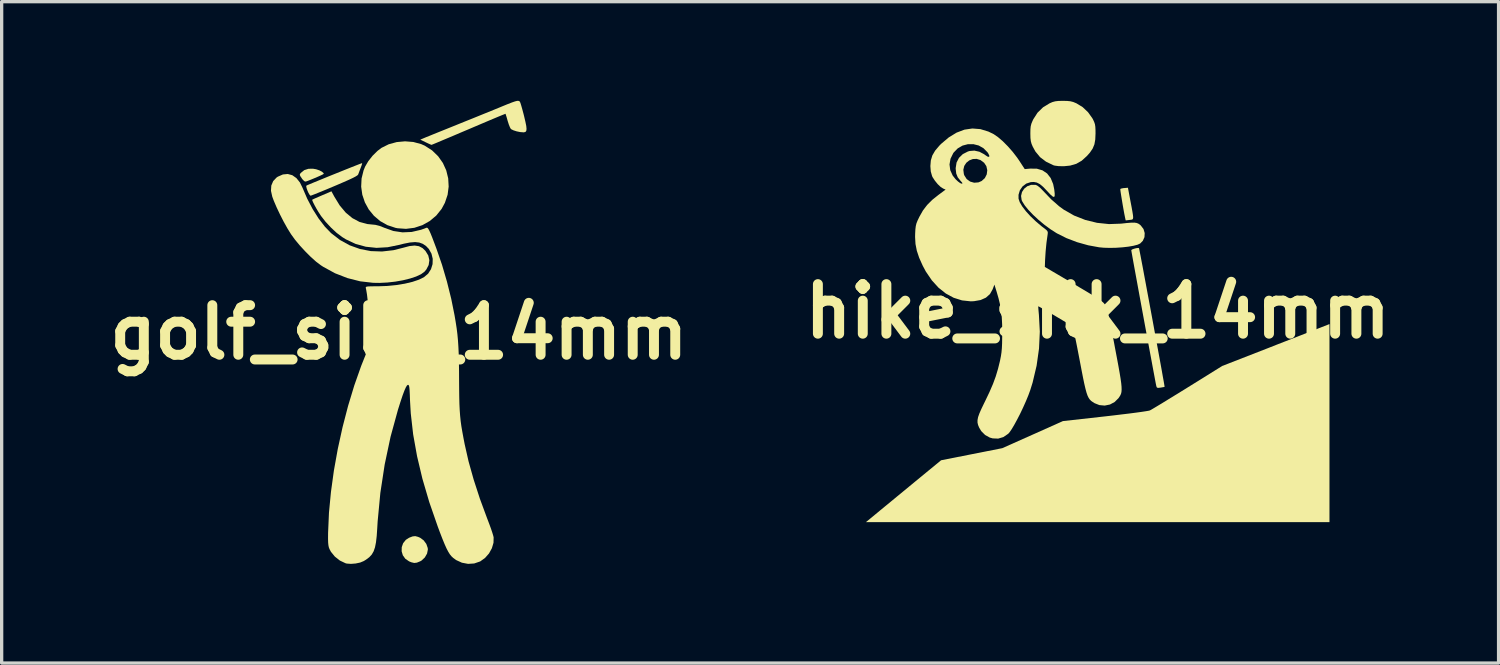
<source format=kicad_pcb>
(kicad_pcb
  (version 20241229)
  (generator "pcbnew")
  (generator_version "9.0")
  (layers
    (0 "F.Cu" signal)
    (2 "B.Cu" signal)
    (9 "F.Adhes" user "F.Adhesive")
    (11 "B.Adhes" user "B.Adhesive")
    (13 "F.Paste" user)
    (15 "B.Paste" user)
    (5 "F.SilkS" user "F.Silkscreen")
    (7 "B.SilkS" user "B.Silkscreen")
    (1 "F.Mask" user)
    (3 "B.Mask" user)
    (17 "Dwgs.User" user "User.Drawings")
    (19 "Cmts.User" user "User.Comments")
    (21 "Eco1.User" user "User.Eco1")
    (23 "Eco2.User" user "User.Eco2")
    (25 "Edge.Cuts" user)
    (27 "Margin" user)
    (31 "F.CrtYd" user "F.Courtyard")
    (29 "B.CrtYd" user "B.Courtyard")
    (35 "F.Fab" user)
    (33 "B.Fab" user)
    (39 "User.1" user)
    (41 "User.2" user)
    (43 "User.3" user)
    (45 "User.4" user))
  (footprint "golf_silk_14mm"
    (layer "F.Cu")
    (at 9.014 7.001)
    (property "Reference" "golf_silk_14mm" (at 0 0 0) (layer "F.SilkS") (effects (font (size 1.5 1.5) (thickness 0.3))))
    (attr board_only exclude_from_pos_files exclude_from_bom)
    (fp_poly (pts (xy -2.503 -4.932) (xy -2.407 -4.9) (xy -2.328 -4.859) (xy -2.28 -4.817) (xy -2.272 -4.795) (xy -2.295 -4.779) (xy -2.358 -4.748) (xy -2.447 -4.708) (xy -2.55 -4.664) (xy -2.656 -4.62) (xy -2.752 -4.582) (xy -2.819 -4.559) (xy -2.862 -4.572) (xy -2.919 -4.631) (xy -2.937 -4.657) (xy -2.982 -4.724) (xy -2.998 -4.765) (xy -2.987 -4.796) (xy -2.965 -4.823) (xy -2.862 -4.906) (xy -2.736 -4.946) (xy -2.601 -4.949)) (stroke (width 0) (type solid)) (fill yes) (layer "F.SilkS"))
    (fp_poly (pts (xy 0.579 6.185) (xy 0.643 6.213) (xy 0.749 6.291) (xy 0.829 6.399) (xy 0.872 6.522) (xy 0.876 6.569) (xy 0.851 6.692) (xy 0.784 6.808) (xy 0.687 6.9) (xy 0.643 6.925) (xy 0.544 6.965) (xy 0.463 6.975) (xy 0.376 6.954) (xy 0.308 6.926) (xy 0.194 6.848) (xy 0.119 6.743) (xy 0.083 6.622) (xy 0.086 6.496) (xy 0.128 6.377) (xy 0.21 6.275) (xy 0.308 6.212) (xy 0.412 6.172) (xy 0.494 6.163)) (stroke (width 0) (type solid)) (fill yes) (layer "F.SilkS"))
    (fp_poly (pts (xy 0.436 -5.757) (xy 0.673 -5.693) (xy 0.782 -5.645) (xy 1.003 -5.503) (xy 1.186 -5.326) (xy 1.33 -5.122) (xy 1.432 -4.897) (xy 1.491 -4.657) (xy 1.505 -4.409) (xy 1.473 -4.161) (xy 1.391 -3.918) (xy 1.292 -3.734) (xy 1.129 -3.531) (xy 0.932 -3.366) (xy 0.71 -3.242) (xy 0.468 -3.162) (xy 0.215 -3.13) (xy -0.041 -3.148) (xy -0.102 -3.16) (xy -0.349 -3.242) (xy -0.569 -3.366) (xy -0.757 -3.527) (xy -0.912 -3.717) (xy -1.029 -3.931) (xy -1.107 -4.162) (xy -1.141 -4.405) (xy -1.129 -4.652) (xy -1.068 -4.899) (xy -1.02 -5.016) (xy -0.924 -5.179) (xy -0.794 -5.343) (xy -0.647 -5.488) (xy -0.527 -5.579) (xy -0.308 -5.688) (xy -0.066 -5.754) (xy 0.186 -5.777)) (stroke (width 0) (type solid)) (fill yes) (layer "F.SilkS"))
    (fp_poly (pts (xy -1.114 -5.095) (xy -1.133 -5.036) (xy -1.156 -4.975) (xy -1.191 -4.884) (xy -1.22 -4.806) (xy -1.232 -4.774) (xy -1.253 -4.75) (xy -1.303 -4.717) (xy -1.386 -4.673) (xy -1.507 -4.616) (xy -1.67 -4.544) (xy -1.878 -4.454) (xy -1.947 -4.425) (xy -2.13 -4.348) (xy -2.297 -4.279) (xy -2.442 -4.22) (xy -2.557 -4.174) (xy -2.635 -4.144) (xy -2.671 -4.132) (xy -2.672 -4.132) (xy -2.698 -4.156) (xy -2.734 -4.216) (xy -2.761 -4.275) (xy -2.79 -4.355) (xy -2.803 -4.415) (xy -2.799 -4.436) (xy -2.771 -4.45) (xy -2.699 -4.481) (xy -2.591 -4.526) (xy -2.454 -4.582) (xy -2.295 -4.647) (xy -2.122 -4.718) (xy -1.943 -4.79) (xy -1.764 -4.862) (xy -1.593 -4.931) (xy -1.437 -4.993) (xy -1.303 -5.046) (xy -1.2 -5.086) (xy -1.133 -5.111) (xy -1.112 -5.118)) (stroke (width 0) (type solid)) (fill yes) (layer "F.SilkS"))
    (fp_poly (pts (xy -3.224 -4.752) (xy -3.1 -4.665) (xy -2.993 -4.531) (xy -2.916 -4.374) (xy -2.772 -4.04) (xy -2.608 -3.727) (xy -2.428 -3.442) (xy -2.238 -3.195) (xy -2.051 -3.001) (xy -1.782 -2.793) (xy -1.489 -2.632) (xy -1.176 -2.52) (xy -0.849 -2.457) (xy -0.511 -2.445) (xy -0.167 -2.484) (xy 0.128 -2.558) (xy 0.32 -2.609) (xy 0.477 -2.625) (xy 0.606 -2.605) (xy 0.715 -2.548) (xy 0.803 -2.463) (xy 0.888 -2.325) (xy 0.921 -2.181) (xy 0.9 -2.036) (xy 0.828 -1.898) (xy 0.77 -1.831) (xy 0.668 -1.757) (xy 0.52 -1.688) (xy 0.335 -1.627) (xy 0.123 -1.575) (xy -0.109 -1.534) (xy -0.349 -1.507) (xy -0.591 -1.495) (xy -0.78 -1.498) (xy -1.171 -1.543) (xy -1.557 -1.641) (xy -1.932 -1.787) (xy -2.287 -1.981) (xy -2.361 -2.029) (xy -2.504 -2.137) (xy -2.664 -2.28) (xy -2.831 -2.447) (xy -2.995 -2.625) (xy -3.143 -2.803) (xy -3.264 -2.97) (xy -3.265 -2.972) (xy -3.371 -3.143) (xy -3.484 -3.345) (xy -3.595 -3.562) (xy -3.697 -3.777) (xy -3.782 -3.975) (xy -3.83 -4.104) (xy -3.869 -4.281) (xy -3.859 -4.439) (xy -3.802 -4.574) (xy -3.7 -4.682) (xy -3.661 -4.708) (xy -3.508 -4.775) (xy -3.361 -4.789)) (stroke (width 0) (type solid)) (fill yes) (layer "F.SilkS"))
    (fp_poly (pts (xy 3.644 -6.989) (xy 3.66 -6.973) (xy 3.676 -6.935) (xy 3.701 -6.854) (xy 3.733 -6.741) (xy 3.769 -6.606) (xy 3.785 -6.543) (xy 3.826 -6.368) (xy 3.852 -6.24) (xy 3.86 -6.15) (xy 3.852 -6.093) (xy 3.827 -6.061) (xy 3.784 -6.05) (xy 3.764 -6.049) (xy 3.666 -6.057) (xy 3.56 -6.079) (xy 3.464 -6.11) (xy 3.397 -6.143) (xy 3.385 -6.153) (xy 3.358 -6.201) (xy 3.324 -6.286) (xy 3.291 -6.389) (xy 3.287 -6.402) (xy 3.26 -6.499) (xy 3.237 -6.572) (xy 3.225 -6.608) (xy 3.224 -6.61) (xy 3.198 -6.6) (xy 3.127 -6.572) (xy 3.015 -6.526) (xy 2.869 -6.465) (xy 2.693 -6.391) (xy 2.493 -6.306) (xy 2.272 -6.212) (xy 2.108 -6.142) (xy 1.876 -6.044) (xy 1.661 -5.952) (xy 1.466 -5.87) (xy 1.297 -5.799) (xy 1.16 -5.741) (xy 1.059 -5.699) (xy 0.999 -5.675) (xy 0.985 -5.67) (xy 0.956 -5.681) (xy 0.891 -5.71) (xy 0.809 -5.749) (xy 0.647 -5.828) (xy 0.768 -5.879) (xy 0.822 -5.902) (xy 0.92 -5.941) (xy 1.054 -5.996) (xy 1.22 -6.063) (xy 1.409 -6.139) (xy 1.615 -6.222) (xy 1.793 -6.294) (xy 2.025 -6.388) (xy 2.262 -6.483) (xy 2.493 -6.577) (xy 2.708 -6.664) (xy 2.897 -6.741) (xy 3.051 -6.804) (xy 3.118 -6.832) (xy 3.289 -6.902) (xy 3.418 -6.952) (xy 3.51 -6.984) (xy 3.574 -7) (xy 3.616 -7.001)) (stroke (width 0) (type solid)) (fill yes) (layer "F.SilkS"))
    (fp_poly (pts (xy -1.955 -4.107) (xy -1.79 -3.838) (xy -1.607 -3.62) (xy -1.407 -3.454) (xy -1.191 -3.339) (xy -0.96 -3.276) (xy -0.852 -3.265) (xy -0.711 -3.251) (xy -0.587 -3.22) (xy -0.449 -3.166) (xy -0.438 -3.161) (xy -0.167 -3.065) (xy 0.108 -3.024) (xy 0.387 -3.036) (xy 0.673 -3.103) (xy 0.828 -3.161) (xy 0.848 -3.165) (xy 0.869 -3.155) (xy 0.892 -3.126) (xy 0.921 -3.072) (xy 0.959 -2.989) (xy 1.007 -2.87) (xy 1.068 -2.709) (xy 1.138 -2.523) (xy 1.303 -2.045) (xy 1.453 -1.534) (xy 1.583 -1.012) (xy 1.682 -0.52) (xy 1.717 -0.315) (xy 1.746 -0.126) (xy 1.769 0.056) (xy 1.786 0.239) (xy 1.799 0.435) (xy 1.809 0.65) (xy 1.815 0.896) (xy 1.819 1.181) (xy 1.82 1.41) (xy 1.822 1.704) (xy 1.825 1.953) (xy 1.83 2.165) (xy 1.839 2.351) (xy 1.851 2.518) (xy 1.867 2.678) (xy 1.889 2.838) (xy 1.918 3.008) (xy 1.953 3.198) (xy 1.988 3.379) (xy 2.106 3.9) (xy 2.261 4.453) (xy 2.449 5.031) (xy 2.669 5.628) (xy 2.673 5.638) (xy 2.732 5.793) (xy 2.785 5.938) (xy 2.827 6.064) (xy 2.855 6.158) (xy 2.865 6.201) (xy 2.861 6.364) (xy 2.812 6.529) (xy 2.725 6.687) (xy 2.606 6.822) (xy 2.463 6.925) (xy 2.453 6.93) (xy 2.278 6.99) (xy 2.092 7.002) (xy 1.906 6.967) (xy 1.733 6.888) (xy 1.642 6.822) (xy 1.59 6.773) (xy 1.541 6.713) (xy 1.493 6.636) (xy 1.441 6.537) (xy 1.383 6.408) (xy 1.316 6.245) (xy 1.237 6.041) (xy 1.169 5.857) (xy 0.918 5.133) (xy 0.711 4.428) (xy 0.549 3.745) (xy 0.431 3.086) (xy 0.359 2.452) (xy 0.336 2.06) (xy 0.33 1.887) (xy 0.324 1.763) (xy 0.317 1.678) (xy 0.308 1.625) (xy 0.296 1.598) (xy 0.281 1.588) (xy 0.273 1.587) (xy 0.245 1.606) (xy 0.21 1.664) (xy 0.166 1.763) (xy 0.112 1.907) (xy 0.048 2.099) (xy -0.028 2.34) (xy -0.252 3.156) (xy -0.43 3.997) (xy -0.561 4.854) (xy -0.643 5.72) (xy -0.655 5.921) (xy -0.671 6.159) (xy -0.693 6.35) (xy -0.723 6.502) (xy -0.765 6.623) (xy -0.821 6.72) (xy -0.896 6.801) (xy -0.993 6.874) (xy -1.063 6.917) (xy -1.171 6.962) (xy -1.308 6.991) (xy -1.451 7.002) (xy -1.576 6.993) (xy -1.615 6.983) (xy -1.785 6.902) (xy -1.937 6.782) (xy -2.056 6.636) (xy -2.099 6.555) (xy -2.119 6.502) (xy -2.132 6.439) (xy -2.14 6.357) (xy -2.143 6.244) (xy -2.142 6.09) (xy -2.141 6.049) (xy -2.115 5.454) (xy -2.055 4.827) (xy -1.966 4.18) (xy -1.848 3.524) (xy -1.704 2.868) (xy -1.537 2.225) (xy -1.349 1.605) (xy -1.142 1.018) (xy -0.999 0.66) (xy -0.871 0.357) (xy -0.9 -0.28) (xy -0.915 -0.56) (xy -0.93 -0.793) (xy -0.947 -0.984) (xy -0.965 -1.143) (xy -0.987 -1.274) (xy -0.999 -1.333) (xy -1.003 -1.356) (xy -0.996 -1.372) (xy -0.971 -1.383) (xy -0.919 -1.389) (xy -0.833 -1.392) (xy -0.704 -1.393) (xy -0.623 -1.393) (xy -0.348 -1.403) (xy -0.078 -1.43) (xy 0.179 -1.472) (xy 0.41 -1.527) (xy 0.608 -1.594) (xy 0.756 -1.667) (xy 0.884 -1.775) (xy 0.971 -1.911) (xy 1.018 -2.063) (xy 1.023 -2.223) (xy 0.985 -2.38) (xy 0.905 -2.522) (xy 0.821 -2.61) (xy 0.724 -2.676) (xy 0.616 -2.716) (xy 0.49 -2.73) (xy 0.337 -2.718) (xy 0.149 -2.681) (xy 0.009 -2.645) (xy -0.34 -2.574) (xy -0.677 -2.555) (xy -1.001 -2.589) (xy -1.311 -2.675) (xy -1.604 -2.813) (xy -1.718 -2.884) (xy -1.883 -3.009) (xy -2.054 -3.168) (xy -2.217 -3.343) (xy -2.355 -3.519) (xy -2.372 -3.545) (xy -2.435 -3.642) (xy -2.497 -3.746) (xy -2.552 -3.846) (xy -2.595 -3.932) (xy -2.619 -3.99) (xy -2.622 -4.011) (xy -2.594 -4.025) (xy -2.527 -4.056) (xy -2.43 -4.098) (xy -2.326 -4.143) (xy -2.04 -4.265)) (stroke (width 0) (type solid)) (fill yes) (layer "F.SilkS")))
  (footprint "hike_silk_14mm"
    (layer "F.Cu")
    (at 30.15 6.364)
    (property "Reference" "hike_silk_14mm" (at 0 0 0) (layer "F.SilkS") (effects (font (size 1.5 1.5) (thickness 0.3))))
    (attr board_only exclude_from_pos_files exclude_from_bom)
    (fp_poly (pts (xy 0.987 -3.337) (xy 1.023 -3.15) (xy 1.048 -3.01) (xy 1.064 -2.91) (xy 1.07 -2.843) (xy 1.065 -2.802) (xy 1.05 -2.78) (xy 1.024 -2.77) (xy 0.986 -2.765) (xy 0.965 -2.763) (xy 0.893 -2.754) (xy 0.851 -2.749) (xy 0.846 -2.749) (xy 0.837 -2.778) (xy 0.822 -2.85) (xy 0.801 -2.954) (xy 0.778 -3.08) (xy 0.754 -3.218) (xy 0.731 -3.356) (xy 0.71 -3.484) (xy 0.693 -3.591) (xy 0.683 -3.666) (xy 0.681 -3.7) (xy 0.682 -3.7) (xy 0.717 -3.714) (xy 0.785 -3.726) (xy 0.805 -3.727) (xy 0.912 -3.736)) (stroke (width 0) (type solid)) (fill yes) (layer "F.SilkS"))
    (fp_poly (pts (xy 7.007 3.382) (xy 7.007 6.377) (xy -0.003 6.377) (xy -7.012 6.377) (xy -6.672 6.097) (xy -6.57 6.012) (xy -6.432 5.899) (xy -6.268 5.764) (xy -6.085 5.613) (xy -5.889 5.452) (xy -5.69 5.288) (xy -5.536 5.161) (xy -4.739 4.506) (xy -3.813 4.323) (xy -2.888 4.14) (xy -1.971 3.731) (xy -1.054 3.321) (xy 0.219 3.179) (xy 0.48 3.149) (xy 0.726 3.119) (xy 0.952 3.092) (xy 1.152 3.066) (xy 1.32 3.043) (xy 1.451 3.023) (xy 1.538 3.008) (xy 1.574 2.999) (xy 1.614 2.978) (xy 1.695 2.93) (xy 1.812 2.86) (xy 1.961 2.77) (xy 2.135 2.663) (xy 2.331 2.543) (xy 2.542 2.413) (xy 2.71 2.309) (xy 3.763 1.654) (xy 5.146 1.115) (xy 5.415 1.009) (xy 5.677 0.907) (xy 5.924 0.811) (xy 6.151 0.722) (xy 6.352 0.643) (xy 6.523 0.577) (xy 6.655 0.525) (xy 6.745 0.49) (xy 6.767 0.481) (xy 7.007 0.387)) (stroke (width 0) (type solid)) (fill yes) (layer "F.SilkS"))
    (fp_poly (pts (xy -0.924 -6.361) (xy -0.827 -6.351) (xy -0.744 -6.33) (xy -0.654 -6.293) (xy -0.64 -6.286) (xy -0.457 -6.174) (xy -0.295 -6.021) (xy -0.165 -5.839) (xy -0.145 -5.803) (xy -0.109 -5.726) (xy -0.086 -5.658) (xy -0.074 -5.581) (xy -0.069 -5.478) (xy -0.068 -5.378) (xy -0.076 -5.195) (xy -0.102 -5.049) (xy -0.154 -4.922) (xy -0.237 -4.8) (xy -0.331 -4.694) (xy -0.487 -4.553) (xy -0.651 -4.459) (xy -0.835 -4.406) (xy -1.013 -4.388) (xy -1.178 -4.389) (xy -1.301 -4.405) (xy -1.343 -4.417) (xy -1.566 -4.525) (xy -1.745 -4.661) (xy -1.886 -4.832) (xy -1.966 -4.977) (xy -2.003 -5.064) (xy -2.025 -5.146) (xy -2.036 -5.241) (xy -2.039 -5.369) (xy -2.039 -5.379) (xy -2.037 -5.505) (xy -2.028 -5.596) (xy -2.008 -5.674) (xy -1.973 -5.758) (xy -1.95 -5.807) (xy -1.822 -6.006) (xy -1.654 -6.17) (xy -1.455 -6.291) (xy -1.368 -6.328) (xy -1.286 -6.35) (xy -1.191 -6.361) (xy -1.062 -6.364) (xy -1.054 -6.364)) (stroke (width 0) (type solid)) (fill yes) (layer "F.SilkS"))
    (fp_poly (pts (xy -1.885 -3.823) (xy -1.868 -3.819) (xy -1.811 -3.789) (xy -1.736 -3.727) (xy -1.656 -3.645) (xy -1.408 -3.385) (xy -1.168 -3.175) (xy -1.028 -3.073) (xy -0.716 -2.895) (xy -0.377 -2.762) (xy -0.022 -2.675) (xy 0.34 -2.637) (xy 0.702 -2.65) (xy 0.713 -2.651) (xy 0.885 -2.67) (xy 1.014 -2.68) (xy 1.107 -2.681) (xy 1.175 -2.671) (xy 1.228 -2.65) (xy 1.276 -2.617) (xy 1.302 -2.593) (xy 1.383 -2.487) (xy 1.419 -2.366) (xy 1.412 -2.242) (xy 1.361 -2.129) (xy 1.281 -2.049) (xy 1.202 -2.013) (xy 1.079 -1.981) (xy 0.923 -1.954) (xy 0.745 -1.934) (xy 0.555 -1.921) (xy 0.364 -1.917) (xy 0.183 -1.922) (xy 0.041 -1.935) (xy -0.291 -1.996) (xy -0.626 -2.09) (xy -0.946 -2.212) (xy -1.234 -2.356) (xy -1.262 -2.373) (xy -1.441 -2.488) (xy -1.621 -2.622) (xy -1.795 -2.767) (xy -1.955 -2.916) (xy -2.095 -3.062) (xy -2.206 -3.198) (xy -2.281 -3.316) (xy -2.303 -3.364) (xy -2.32 -3.489) (xy -2.292 -3.606) (xy -2.226 -3.707) (xy -2.13 -3.783) (xy -2.014 -3.824)) (stroke (width 0) (type solid)) (fill yes) (layer "F.SilkS"))
    (fp_poly (pts (xy 1.246 -1.91) (xy 1.253 -1.882) (xy 1.268 -1.805) (xy 1.292 -1.685) (xy 1.322 -1.526) (xy 1.359 -1.333) (xy 1.4 -1.111) (xy 1.446 -0.866) (xy 1.495 -0.601) (xy 1.547 -0.323) (xy 1.6 -0.036) (xy 1.654 0.255) (xy 1.707 0.544) (xy 1.759 0.828) (xy 1.809 1.1) (xy 1.856 1.356) (xy 1.899 1.591) (xy 1.937 1.8) (xy 1.968 1.978) (xy 1.994 2.12) (xy 2.011 2.221) (xy 2.02 2.276) (xy 2.021 2.284) (xy 1.991 2.293) (xy 1.926 2.304) (xy 1.898 2.309) (xy 1.825 2.317) (xy 1.789 2.307) (xy 1.773 2.272) (xy 1.768 2.251) (xy 1.756 2.193) (xy 1.736 2.088) (xy 1.709 1.943) (xy 1.675 1.762) (xy 1.636 1.55) (xy 1.592 1.314) (xy 1.544 1.056) (xy 1.494 0.783) (xy 1.441 0.5) (xy 1.388 0.212) (xy 1.335 -0.076) (xy 1.283 -0.359) (xy 1.233 -0.632) (xy 1.186 -0.89) (xy 1.142 -1.128) (xy 1.103 -1.341) (xy 1.07 -1.523) (xy 1.044 -1.669) (xy 1.025 -1.775) (xy 1.015 -1.835) (xy 1.013 -1.848) (xy 1.036 -1.868) (xy 1.093 -1.89) (xy 1.161 -1.908) (xy 1.22 -1.915)) (stroke (width 0) (type solid)) (fill yes) (layer "F.SilkS"))
    (fp_poly (pts (xy -3.55 -5.509) (xy -3.308 -5.435) (xy -3.148 -5.357) (xy -3.019 -5.268) (xy -2.873 -5.143) (xy -2.721 -4.99) (xy -2.573 -4.822) (xy -2.439 -4.648) (xy -2.382 -4.565) (xy -2.209 -4.3) (xy -2.042 -4.315) (xy -1.842 -4.312) (xy -1.672 -4.262) (xy -1.533 -4.168) (xy -1.425 -4.03) (xy -1.35 -3.849) (xy -1.317 -3.688) (xy -1.303 -3.563) (xy -1.304 -3.486) (xy -1.323 -3.456) (xy -1.365 -3.472) (xy -1.434 -3.532) (xy -1.531 -3.636) (xy -1.65 -3.761) (xy -1.751 -3.845) (xy -1.843 -3.893) (xy -1.936 -3.911) (xy -2.027 -3.906) (xy -2.163 -3.862) (xy -2.275 -3.777) (xy -2.356 -3.66) (xy -2.397 -3.523) (xy -2.396 -3.404) (xy -2.36 -3.298) (xy -2.284 -3.17) (xy -2.174 -3.026) (xy -2.036 -2.874) (xy -1.876 -2.721) (xy -1.701 -2.572) (xy -1.633 -2.521) (xy -1.56 -2.464) (xy -1.523 -2.423) (xy -1.511 -2.38) (xy -1.517 -2.32) (xy -1.518 -2.313) (xy -1.552 -2.069) (xy -1.577 -1.812) (xy -1.592 -1.575) (xy -1.593 -1.567) (xy -1.601 -1.341) (xy -0.725 -0.826) (xy -0.496 -0.69) (xy -0.309 -0.579) (xy -0.16 -0.489) (xy -0.044 -0.416) (xy 0.045 -0.358) (xy 0.11 -0.311) (xy 0.157 -0.272) (xy 0.191 -0.237) (xy 0.216 -0.204) (xy 0.225 -0.189) (xy 0.244 -0.153) (xy 0.264 -0.106) (xy 0.284 -0.043) (xy 0.307 0.041) (xy 0.332 0.151) (xy 0.363 0.291) (xy 0.399 0.468) (xy 0.441 0.686) (xy 0.492 0.951) (xy 0.521 1.107) (xy 0.578 1.408) (xy 0.625 1.66) (xy 0.662 1.869) (xy 0.69 2.04) (xy 0.709 2.177) (xy 0.719 2.286) (xy 0.721 2.372) (xy 0.716 2.44) (xy 0.703 2.495) (xy 0.682 2.542) (xy 0.655 2.586) (xy 0.629 2.625) (xy 0.511 2.743) (xy 0.368 2.82) (xy 0.209 2.852) (xy 0.048 2.837) (xy -0.098 2.779) (xy -0.153 2.744) (xy -0.201 2.71) (xy -0.241 2.669) (xy -0.277 2.617) (xy -0.31 2.549) (xy -0.341 2.459) (xy -0.373 2.341) (xy -0.408 2.191) (xy -0.447 2.003) (xy -0.492 1.772) (xy -0.545 1.494) (xy -0.589 1.266) (xy -0.63 1.054) (xy -0.668 0.866) (xy -0.702 0.706) (xy -0.729 0.581) (xy -0.748 0.498) (xy -0.76 0.461) (xy -0.76 0.461) (xy -0.79 0.44) (xy -0.857 0.398) (xy -0.954 0.339) (xy -1.072 0.269) (xy -1.203 0.191) (xy -1.338 0.111) (xy -1.47 0.034) (xy -1.59 -0.035) (xy -1.691 -0.093) (xy -1.762 -0.133) (xy -1.798 -0.15) (xy -1.8 -0.151) (xy -1.8 -0.123) (xy -1.795 -0.053) (xy -1.786 0.047) (xy -1.78 0.112) (xy -1.753 0.615) (xy -1.777 1.128) (xy -1.85 1.645) (xy -1.971 2.156) (xy -2.041 2.381) (xy -2.099 2.54) (xy -2.172 2.717) (xy -2.255 2.903) (xy -2.343 3.089) (xy -2.434 3.266) (xy -2.521 3.426) (xy -2.6 3.56) (xy -2.667 3.658) (xy -2.707 3.703) (xy -2.854 3.804) (xy -3.012 3.851) (xy -3.178 3.844) (xy -3.267 3.819) (xy -3.408 3.741) (xy -3.526 3.622) (xy -3.588 3.517) (xy -3.62 3.44) (xy -3.637 3.367) (xy -3.637 3.291) (xy -3.62 3.202) (xy -3.582 3.093) (xy -3.522 2.956) (xy -3.438 2.781) (xy -3.409 2.723) (xy -3.277 2.446) (xy -3.17 2.199) (xy -3.085 1.968) (xy -3.016 1.737) (xy -2.956 1.493) (xy -2.952 1.471) (xy -2.929 1.354) (xy -2.912 1.241) (xy -2.901 1.12) (xy -2.894 0.978) (xy -2.891 0.801) (xy -2.89 0.671) (xy -2.892 0.407) (xy -2.903 0.184) (xy -2.923 -0.014) (xy -2.955 -0.201) (xy -3.001 -0.391) (xy -3.054 -0.575) (xy -3.126 -0.807) (xy -3.18 -0.664) (xy -3.261 -0.52) (xy -3.383 -0.412) (xy -3.544 -0.34) (xy -3.744 -0.305) (xy -3.843 -0.301) (xy -4.105 -0.329) (xy -4.357 -0.408) (xy -4.595 -0.537) (xy -4.817 -0.714) (xy -5.019 -0.936) (xy -5.2 -1.202) (xy -5.296 -1.382) (xy -5.402 -1.619) (xy -5.473 -1.832) (xy -5.513 -2.036) (xy -5.525 -2.247) (xy -5.523 -2.346) (xy -5.516 -2.479) (xy -5.504 -2.577) (xy -5.484 -2.659) (xy -5.45 -2.744) (xy -5.398 -2.852) (xy -5.398 -2.853) (xy -5.288 -3.048) (xy -5.161 -3.215) (xy -5.006 -3.37) (xy -4.823 -3.516) (xy -4.602 -3.68) (xy -4.675 -3.711) (xy -4.753 -3.761) (xy -4.841 -3.845) (xy -4.925 -3.948) (xy -4.994 -4.053) (xy -5.011 -4.088) (xy -5.051 -4.23) (xy -5.063 -4.393) (xy -5.059 -4.44) (xy -4.484 -4.44) (xy -4.462 -4.268) (xy -4.388 -4.105) (xy -4.299 -3.992) (xy -4.226 -3.924) (xy -4.161 -3.876) (xy -4.119 -3.859) (xy -4.093 -3.865) (xy -4.1 -3.888) (xy -4.144 -3.938) (xy -4.153 -3.948) (xy -4.236 -4.053) (xy -4.281 -4.166) (xy -4.294 -4.28) (xy -4.066 -4.28) (xy -4.05 -4.15) (xy -4.037 -4.112) (xy -3.965 -3.999) (xy -3.861 -3.923) (xy -3.739 -3.888) (xy -3.61 -3.898) (xy -3.512 -3.94) (xy -3.415 -4.028) (xy -3.358 -4.141) (xy -3.342 -4.266) (xy -3.37 -4.39) (xy -3.437 -4.491) (xy -3.547 -4.573) (xy -3.664 -4.609) (xy -3.78 -4.604) (xy -3.886 -4.563) (xy -3.975 -4.492) (xy -4.038 -4.396) (xy -4.066 -4.28) (xy -4.294 -4.28) (xy -4.297 -4.307) (xy -4.297 -4.333) (xy -4.271 -4.498) (xy -4.198 -4.64) (xy -4.082 -4.753) (xy -3.928 -4.832) (xy -3.878 -4.847) (xy -3.733 -4.859) (xy -3.58 -4.825) (xy -3.436 -4.749) (xy -3.412 -4.73) (xy -3.334 -4.678) (xy -3.288 -4.669) (xy -3.278 -4.699) (xy -3.307 -4.765) (xy -3.336 -4.809) (xy -3.457 -4.932) (xy -3.602 -5.014) (xy -3.763 -5.054) (xy -3.929 -5.053) (xy -4.089 -5.011) (xy -4.235 -4.927) (xy -4.356 -4.803) (xy -4.371 -4.782) (xy -4.454 -4.613) (xy -4.484 -4.44) (xy -5.059 -4.44) (xy -5.049 -4.562) (xy -5.003 -4.714) (xy -4.919 -4.858) (xy -4.792 -5.008) (xy -4.74 -5.061) (xy -4.506 -5.259) (xy -4.27 -5.403) (xy -4.032 -5.493) (xy -3.792 -5.528)) (stroke (width 0) (type solid)) (fill yes) (layer "F.SilkS")))
  (gr_rect
    (start -3 -3)
    (end 42.271 17.003)
    (stroke (width 0.1) (type default))
    (fill no)
    (layer "Edge.Cuts")))
</source>
